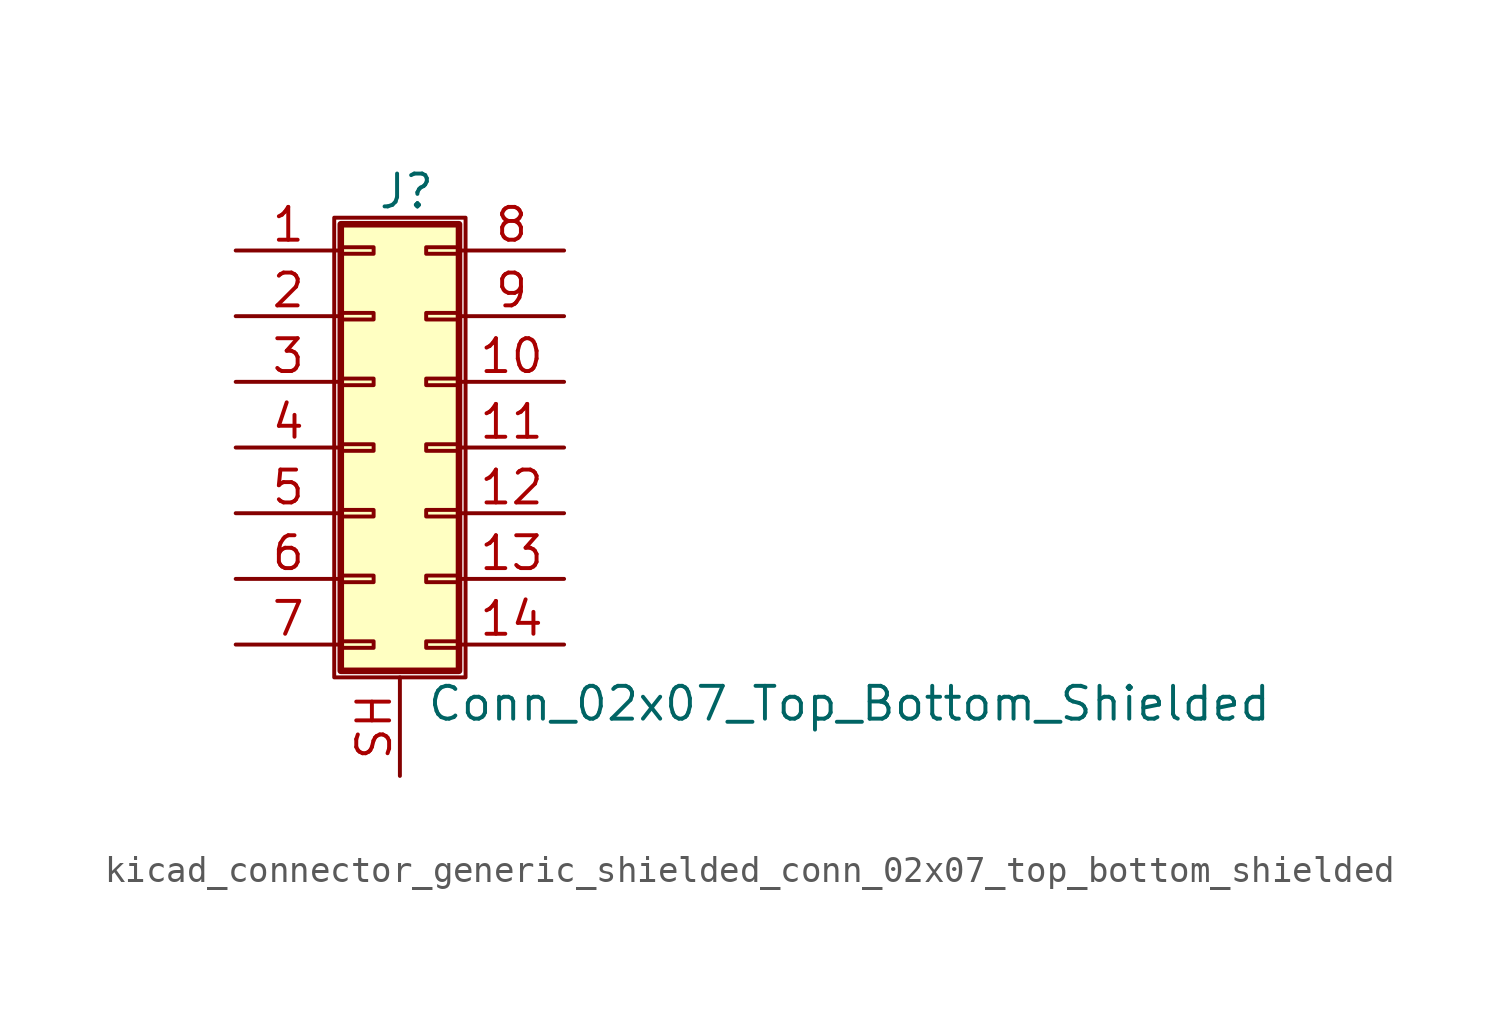
<source format=kicad_sym>
(kicad_symbol_lib
  (version 20220914)
  (generator kicad_symbol_editor)
  (symbol "kicad_connector_generic_shielded_conn_02x07_top_bottom_shielded"
    (pin_names
      (offset 1.016) hide)
    (property "Reference" "J"
      (at 1.524 9.906 0)
      (effects (font (size 1.27 1.27))))
    (property "Value" "Conn_02x07_Top_Bottom_Shielded"
      (at 2.286 -9.906 0)
      (effects (font (size 1.27 1.27)) (justify left)))
    (symbol "kicad_connector_generic_shielded_conn_02x07_top_bottom_shielded_1_1"
      (rectangle (start -1.27 8.89) (end 3.81 -8.89) (stroke (width 0.152) (type default)) (fill (type none)))
      (rectangle (start -1.016 -7.493) (end 0.254 -7.747) (stroke (width 0.152) (type default)) (fill (type none)))
      (rectangle (start -1.016 -4.953) (end 0.254 -5.207) (stroke (width 0.152) (type default)) (fill (type none)))
      (rectangle (start -1.016 -2.413) (end 0.254 -2.667) (stroke (width 0.152) (type default)) (fill (type none)))
      (rectangle (start -1.016 0.127) (end 0.254 -0.127) (stroke (width 0.152) (type default)) (fill (type none)))
      (rectangle (start -1.016 2.667) (end 0.254 2.413) (stroke (width 0.152) (type default)) (fill (type none)))
      (rectangle (start -1.016 5.207) (end 0.254 4.953) (stroke (width 0.152) (type default)) (fill (type none)))
      (rectangle (start -1.016 7.747) (end 0.254 7.493) (stroke (width 0.152) (type default)) (fill (type none)))
      (rectangle (start -1.016 8.636) (end 3.556 -8.636) (stroke (width 0.254) (type default)) (fill (type background)))
      (rectangle (start 3.556 -7.493) (end 2.286 -7.747) (stroke (width 0.152) (type default)) (fill (type none)))
      (rectangle (start 3.556 -4.953) (end 2.286 -5.207) (stroke (width 0.152) (type default)) (fill (type none)))
      (rectangle (start 3.556 -2.413) (end 2.286 -2.667) (stroke (width 0.152) (type default)) (fill (type none)))
      (rectangle (start 3.556 0.127) (end 2.286 -0.127) (stroke (width 0.152) (type default)) (fill (type none)))
      (rectangle (start 3.556 2.667) (end 2.286 2.413) (stroke (width 0.152) (type default)) (fill (type none)))
      (rectangle (start 3.556 5.207) (end 2.286 4.953) (stroke (width 0.152) (type default)) (fill (type none)))
      (rectangle (start 3.556 7.747) (end 2.286 7.493) (stroke (width 0.152) (type default)) (fill (type none)))
      (pin passive line (at -5.08 7.62 0) (length 4.064) (name "Pin_1" (effects (font (size 1.27 1.27)))) (number "1" (effects (font (size 1.27 1.27)))))
      (pin passive line (at 7.62 2.54 180) (length 4.064) (name "Pin_10" (effects (font (size 1.27 1.27)))) (number "10" (effects (font (size 1.27 1.27)))))
      (pin passive line (at 7.62 0 180) (length 4.064) (name "Pin_11" (effects (font (size 1.27 1.27)))) (number "11" (effects (font (size 1.27 1.27)))))
      (pin passive line (at 7.62 -2.54 180) (length 4.064) (name "Pin_12" (effects (font (size 1.27 1.27)))) (number "12" (effects (font (size 1.27 1.27)))))
      (pin passive line (at 7.62 -5.08 180) (length 4.064) (name "Pin_13" (effects (font (size 1.27 1.27)))) (number "13" (effects (font (size 1.27 1.27)))))
      (pin passive line (at 7.62 -7.62 180) (length 4.064) (name "Pin_14" (effects (font (size 1.27 1.27)))) (number "14" (effects (font (size 1.27 1.27)))))
      (pin passive line (at -5.08 5.08 0) (length 4.064) (name "Pin_2" (effects (font (size 1.27 1.27)))) (number "2" (effects (font (size 1.27 1.27)))))
      (pin passive line (at -5.08 2.54 0) (length 4.064) (name "Pin_3" (effects (font (size 1.27 1.27)))) (number "3" (effects (font (size 1.27 1.27)))))
      (pin passive line (at -5.08 0 0) (length 4.064) (name "Pin_4" (effects (font (size 1.27 1.27)))) (number "4" (effects (font (size 1.27 1.27)))))
      (pin passive line (at -5.08 -2.54 0) (length 4.064) (name "Pin_5" (effects (font (size 1.27 1.27)))) (number "5" (effects (font (size 1.27 1.27)))))
      (pin passive line (at -5.08 -5.08 0) (length 4.064) (name "Pin_6" (effects (font (size 1.27 1.27)))) (number "6" (effects (font (size 1.27 1.27)))))
      (pin passive line (at -5.08 -7.62 0) (length 4.064) (name "Pin_7" (effects (font (size 1.27 1.27)))) (number "7" (effects (font (size 1.27 1.27)))))
      (pin passive line (at 7.62 7.62 180) (length 4.064) (name "Pin_8" (effects (font (size 1.27 1.27)))) (number "8" (effects (font (size 1.27 1.27)))))
      (pin passive line (at 7.62 5.08 180) (length 4.064) (name "Pin_9" (effects (font (size 1.27 1.27)))) (number "9" (effects (font (size 1.27 1.27)))))
      (pin passive line (at 1.27 -12.7 90) (length 3.81) (name "Shield" (effects (font (size 1.27 1.27)))) (number "SH" (effects (font (size 1.27 1.27))))))))
</source>
